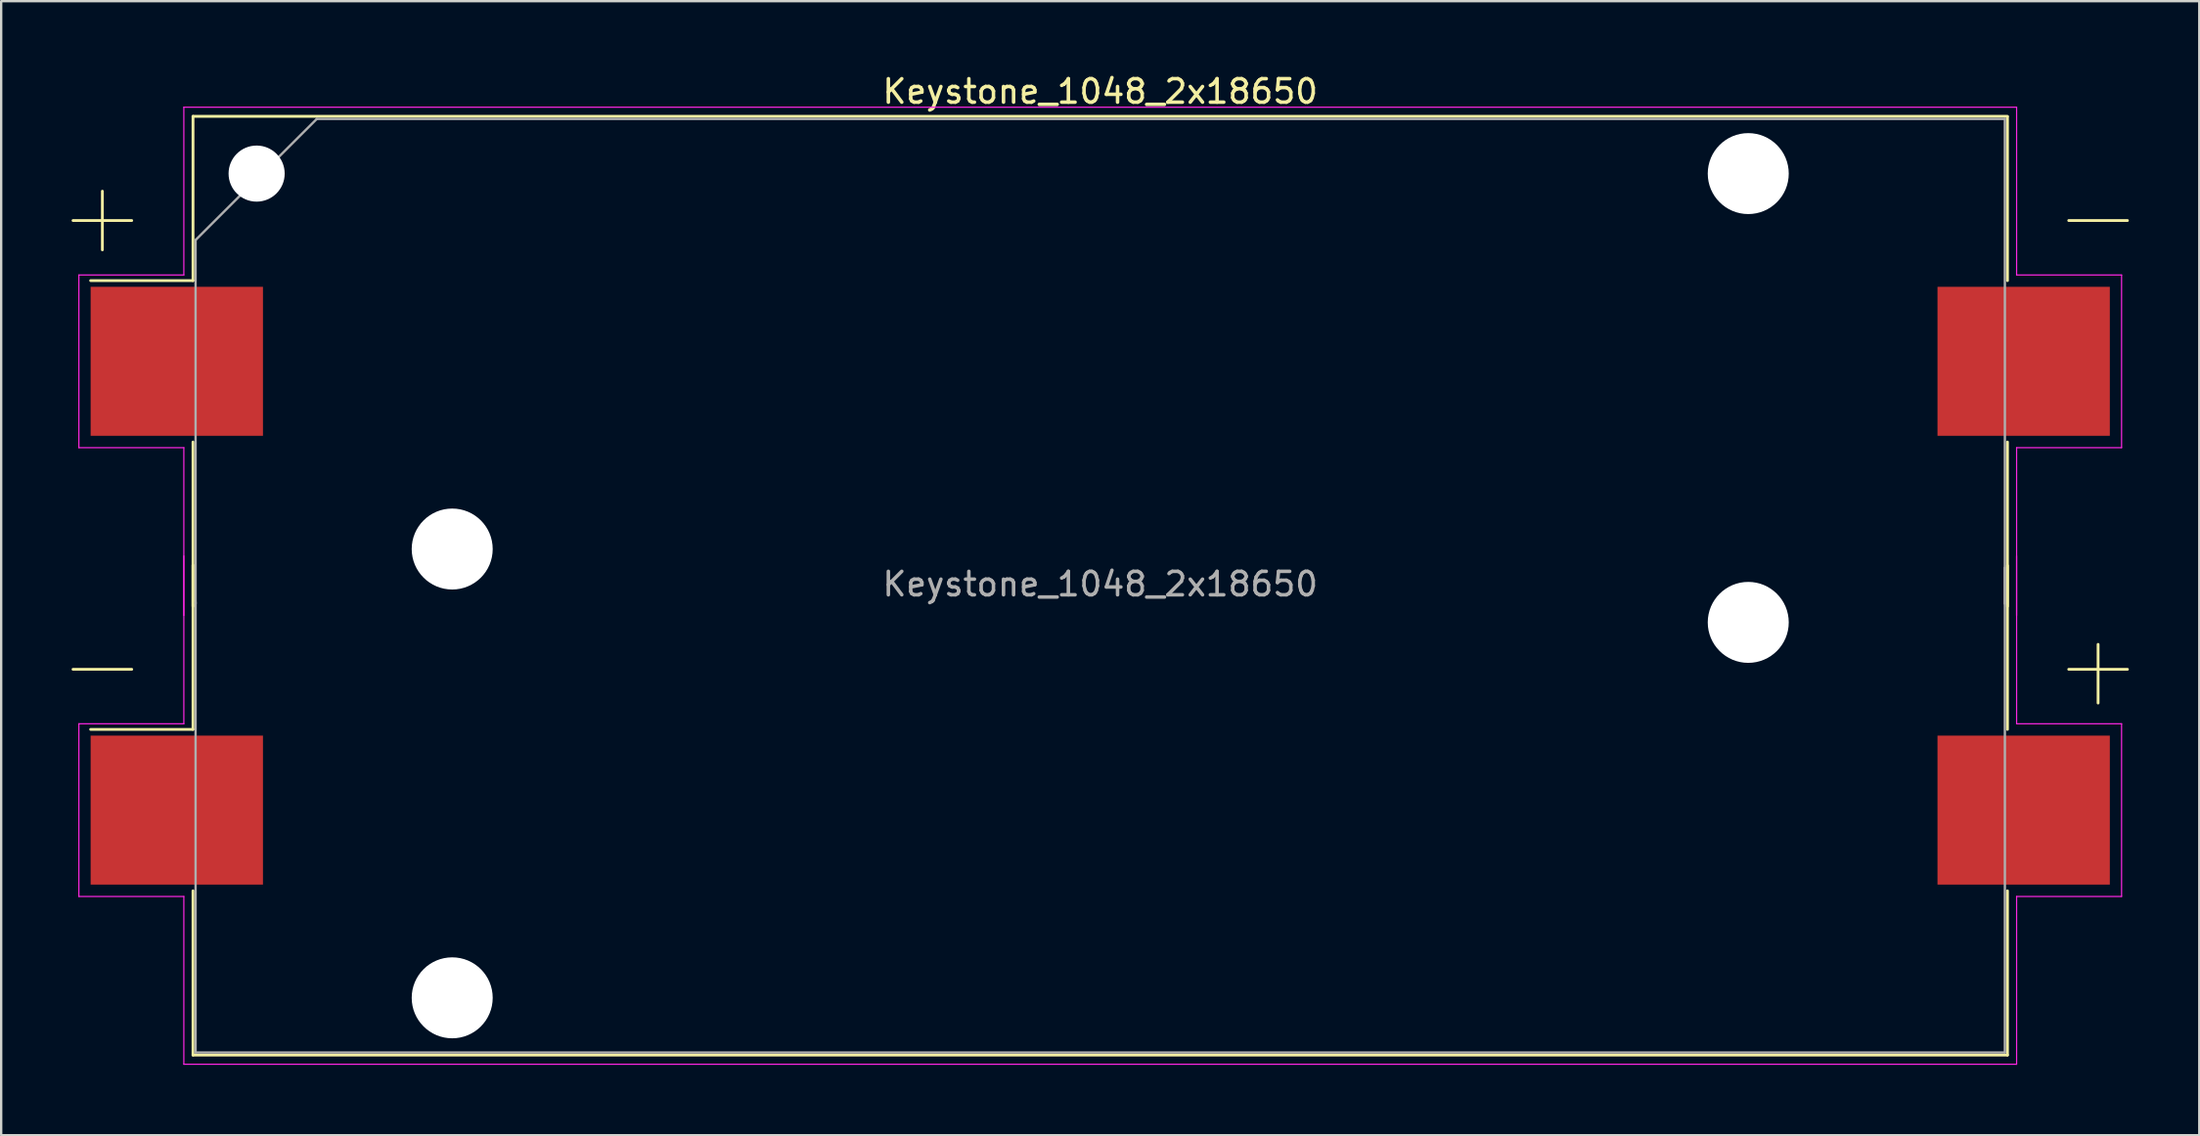
<source format=kicad_pcb>
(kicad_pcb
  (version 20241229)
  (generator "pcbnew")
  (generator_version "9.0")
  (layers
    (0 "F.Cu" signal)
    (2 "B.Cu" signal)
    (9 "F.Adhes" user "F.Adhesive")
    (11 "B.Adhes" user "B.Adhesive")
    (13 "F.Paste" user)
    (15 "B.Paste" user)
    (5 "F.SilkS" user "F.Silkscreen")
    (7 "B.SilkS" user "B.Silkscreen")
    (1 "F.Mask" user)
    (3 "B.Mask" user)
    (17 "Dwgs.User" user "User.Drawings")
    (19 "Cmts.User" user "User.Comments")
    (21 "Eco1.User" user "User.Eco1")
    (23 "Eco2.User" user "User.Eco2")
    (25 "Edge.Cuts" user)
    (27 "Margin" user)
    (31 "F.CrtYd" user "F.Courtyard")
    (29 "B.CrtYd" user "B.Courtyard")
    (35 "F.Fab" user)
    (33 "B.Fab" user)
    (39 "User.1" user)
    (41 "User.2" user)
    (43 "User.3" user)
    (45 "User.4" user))
  (footprint "Keystone_1048_2x18650"
    (layer "F.Cu")
    (at 43.81 21.911)
    (property "Reference" "Keystone_1048_2x18650" (at 0 -21.063 0) (layer "F.SilkS") (effects (font (size 1 1) (thickness 0.15))))
    (attr smd)
    (fp_line (start -43.75 -15.563) (end -41.25 -15.563) (stroke (width 0.12) (type solid)) (layer "F.SilkS"))
    (fp_line (start -43.75 3.563) (end -41.25 3.563) (stroke (width 0.12) (type solid)) (layer "F.SilkS"))
    (fp_line (start -42.5 -14.313) (end -42.5 -16.813) (stroke (width 0.12) (type solid)) (layer "F.SilkS"))
    (fp_line (start -38.64 -20.003) (end -38.64 -13.003) (stroke (width 0.12) (type solid)) (layer "F.SilkS"))
    (fp_line (start -38.64 -13.003) (end -43 -13.003) (stroke (width 0.12) (type solid)) (layer "F.SilkS"))
    (fp_line (start -38.64 -0.877) (end -38.64 6.123) (stroke (width 0.12) (type solid)) (layer "F.SilkS"))
    (fp_line (start -38.64 0.877) (end -38.64 -6.123) (stroke (width 0.12) (type solid)) (layer "F.SilkS"))
    (fp_line (start -38.64 6.123) (end -43 6.123) (stroke (width 0.12) (type solid)) (layer "F.SilkS"))
    (fp_line (start -38.64 20.003) (end -38.64 13.003) (stroke (width 0.12) (type solid)) (layer "F.SilkS"))
    (fp_line (start 38.64 -20.003) (end -38.64 -20.003) (stroke (width 0.12) (type solid)) (layer "F.SilkS"))
    (fp_line (start 38.64 -13.003) (end 38.64 -19.983) (stroke (width 0.12) (type solid)) (layer "F.SilkS"))
    (fp_line (start 38.64 -6.123) (end 38.64 0.877) (stroke (width 0.12) (type solid)) (layer "F.SilkS"))
    (fp_line (start 38.64 6.123) (end 38.64 -0.857) (stroke (width 0.12) (type solid)) (layer "F.SilkS"))
    (fp_line (start 38.64 13.003) (end 38.64 20.003) (stroke (width 0.12) (type solid)) (layer "F.SilkS"))
    (fp_line (start 38.64 20.003) (end -38.64 20.003) (stroke (width 0.12) (type solid)) (layer "F.SilkS"))
    (fp_line (start 42.5 5) (end 42.5 2.5) (stroke (width 0.12) (type solid)) (layer "F.SilkS"))
    (fp_line (start 43.75 -15.563) (end 41.25 -15.563) (stroke (width 0.12) (type solid)) (layer "F.SilkS"))
    (fp_line (start 43.75 3.563) (end 41.25 3.563) (stroke (width 0.12) (type solid)) (layer "F.SilkS"))
    (fp_line (start -43.5 -13.243) (end -39.03 -13.243) (stroke (width 0.05) (type solid)) (layer "F.CrtYd"))
    (fp_line (start -43.5 -5.883) (end -43.5 -13.243) (stroke (width 0.05) (type solid)) (layer "F.CrtYd"))
    (fp_line (start -43.5 5.883) (end -39.03 5.883) (stroke (width 0.05) (type solid)) (layer "F.CrtYd"))
    (fp_line (start -43.5 13.243) (end -43.5 5.883) (stroke (width 0.05) (type solid)) (layer "F.CrtYd"))
    (fp_line (start -39.03 -20.393) (end -39.03 -13.243) (stroke (width 0.05) (type solid)) (layer "F.CrtYd"))
    (fp_line (start -39.03 -20.393) (end 39.03 -20.393) (stroke (width 0.05) (type solid)) (layer "F.CrtYd"))
    (fp_line (start -39.03 -5.883) (end -43.5 -5.883) (stroke (width 0.05) (type solid)) (layer "F.CrtYd"))
    (fp_line (start -39.03 -1.267) (end -39.03 5.883) (stroke (width 0.05) (type solid)) (layer "F.CrtYd"))
    (fp_line (start -39.03 1.267) (end -39.03 -5.883) (stroke (width 0.05) (type solid)) (layer "F.CrtYd"))
    (fp_line (start -39.03 13.243) (end -43.5 13.243) (stroke (width 0.05) (type solid)) (layer "F.CrtYd"))
    (fp_line (start -39.03 20.393) (end -39.03 13.243) (stroke (width 0.05) (type solid)) (layer "F.CrtYd"))
    (fp_line (start -39.03 20.393) (end 39.03 20.393) (stroke (width 0.05) (type solid)) (layer "F.CrtYd"))
    (fp_line (start 39.03 -20.393) (end 39.03 -13.243) (stroke (width 0.05) (type solid)) (layer "F.CrtYd"))
    (fp_line (start 39.03 -5.883) (end 43.5 -5.883) (stroke (width 0.05) (type solid)) (layer "F.CrtYd"))
    (fp_line (start 39.03 -1.267) (end 39.03 5.883) (stroke (width 0.05) (type solid)) (layer "F.CrtYd"))
    (fp_line (start 39.03 1.267) (end 39.03 -5.883) (stroke (width 0.05) (type solid)) (layer "F.CrtYd"))
    (fp_line (start 39.03 13.243) (end 43.5 13.243) (stroke (width 0.05) (type solid)) (layer "F.CrtYd"))
    (fp_line (start 39.03 20.393) (end 39.03 13.243) (stroke (width 0.05) (type solid)) (layer "F.CrtYd"))
    (fp_line (start 43.5 -13.243) (end 39.03 -13.243) (stroke (width 0.05) (type solid)) (layer "F.CrtYd"))
    (fp_line (start 43.5 -5.883) (end 43.5 -13.243) (stroke (width 0.05) (type solid)) (layer "F.CrtYd"))
    (fp_line (start 43.5 5.883) (end 39.03 5.883) (stroke (width 0.05) (type solid)) (layer "F.CrtYd"))
    (fp_line (start 43.5 13.243) (end 43.5 5.883) (stroke (width 0.05) (type solid)) (layer "F.CrtYd"))
    (fp_line (start -38.53 -14.731) (end -38.53 0.767) (stroke (width 0.1) (type solid)) (layer "F.Fab"))
    (fp_line (start -38.53 0.7) (end -38.53 19.893) (stroke (width 0.1) (type solid)) (layer "F.Fab"))
    (fp_line (start -38.53 19.893) (end 38.53 19.893) (stroke (width 0.1) (type solid)) (layer "F.Fab"))
    (fp_line (start -33.367 -19.893) (end -38.53 -14.731) (stroke (width 0.1) (type solid)) (layer "F.Fab"))
    (fp_line (start -33.367 -19.893) (end 38.53 -19.893) (stroke (width 0.1) (type solid)) (layer "F.Fab"))
    (fp_line (start 38.53 -19.893) (end 38.53 0.767) (stroke (width 0.1) (type solid)) (layer "F.Fab"))
    (fp_line (start 38.53 -0.767) (end 38.53 19.893) (stroke (width 0.1) (type solid)) (layer "F.Fab"))
    (fp_text user "${REFERENCE}" (at 0 -0.068 0) (layer "F.Fab") (effects (font (size 1 1) (thickness 0.15))))
    (pad "" np_thru_hole circle (at -35.93 -17.563) (size 2.39 2.39) (drill 2.39) (layers "*.Cu" "*.Mask"))
    (pad "" np_thru_hole circle (at -27.6 -1.563) (size 3.45 3.45) (drill 3.45) (layers "*.Cu" "*.Mask"))
    (pad "" np_thru_hole circle (at -27.6 17.563) (size 3.45 3.45) (drill 3.45) (layers "*.Cu" "*.Mask"))
    (pad "" np_thru_hole circle (at 27.6 -17.563) (size 3.45 3.45) (drill 3.45) (layers "*.Cu" "*.Mask"))
    (pad "" np_thru_hole circle (at 27.6 1.563) (size 3.45 3.45) (drill 3.45) (layers "*.Cu" "*.Mask"))
    (pad "1" smd rect (at -39.33 -9.563) (size 7.34 6.35) (layers "F.Cu" "F.Mask" "F.Paste"))
    (pad "2" smd rect (at 39.33 -9.563) (size 7.34 6.35) (layers "F.Cu" "F.Mask" "F.Paste"))
    (pad "3" smd rect (at -39.33 9.563) (size 7.34 6.35) (layers "F.Cu" "F.Mask" "F.Paste"))
    (pad "4" smd rect (at 39.33 9.563) (size 7.34 6.35) (layers "F.Cu" "F.Mask" "F.Paste")))
  (gr_rect
    (start -3 -3)
    (end 90.62 45.329)
    (stroke (width 0.1) (type default))
    (fill no)
    (layer "Edge.Cuts")))
</source>
